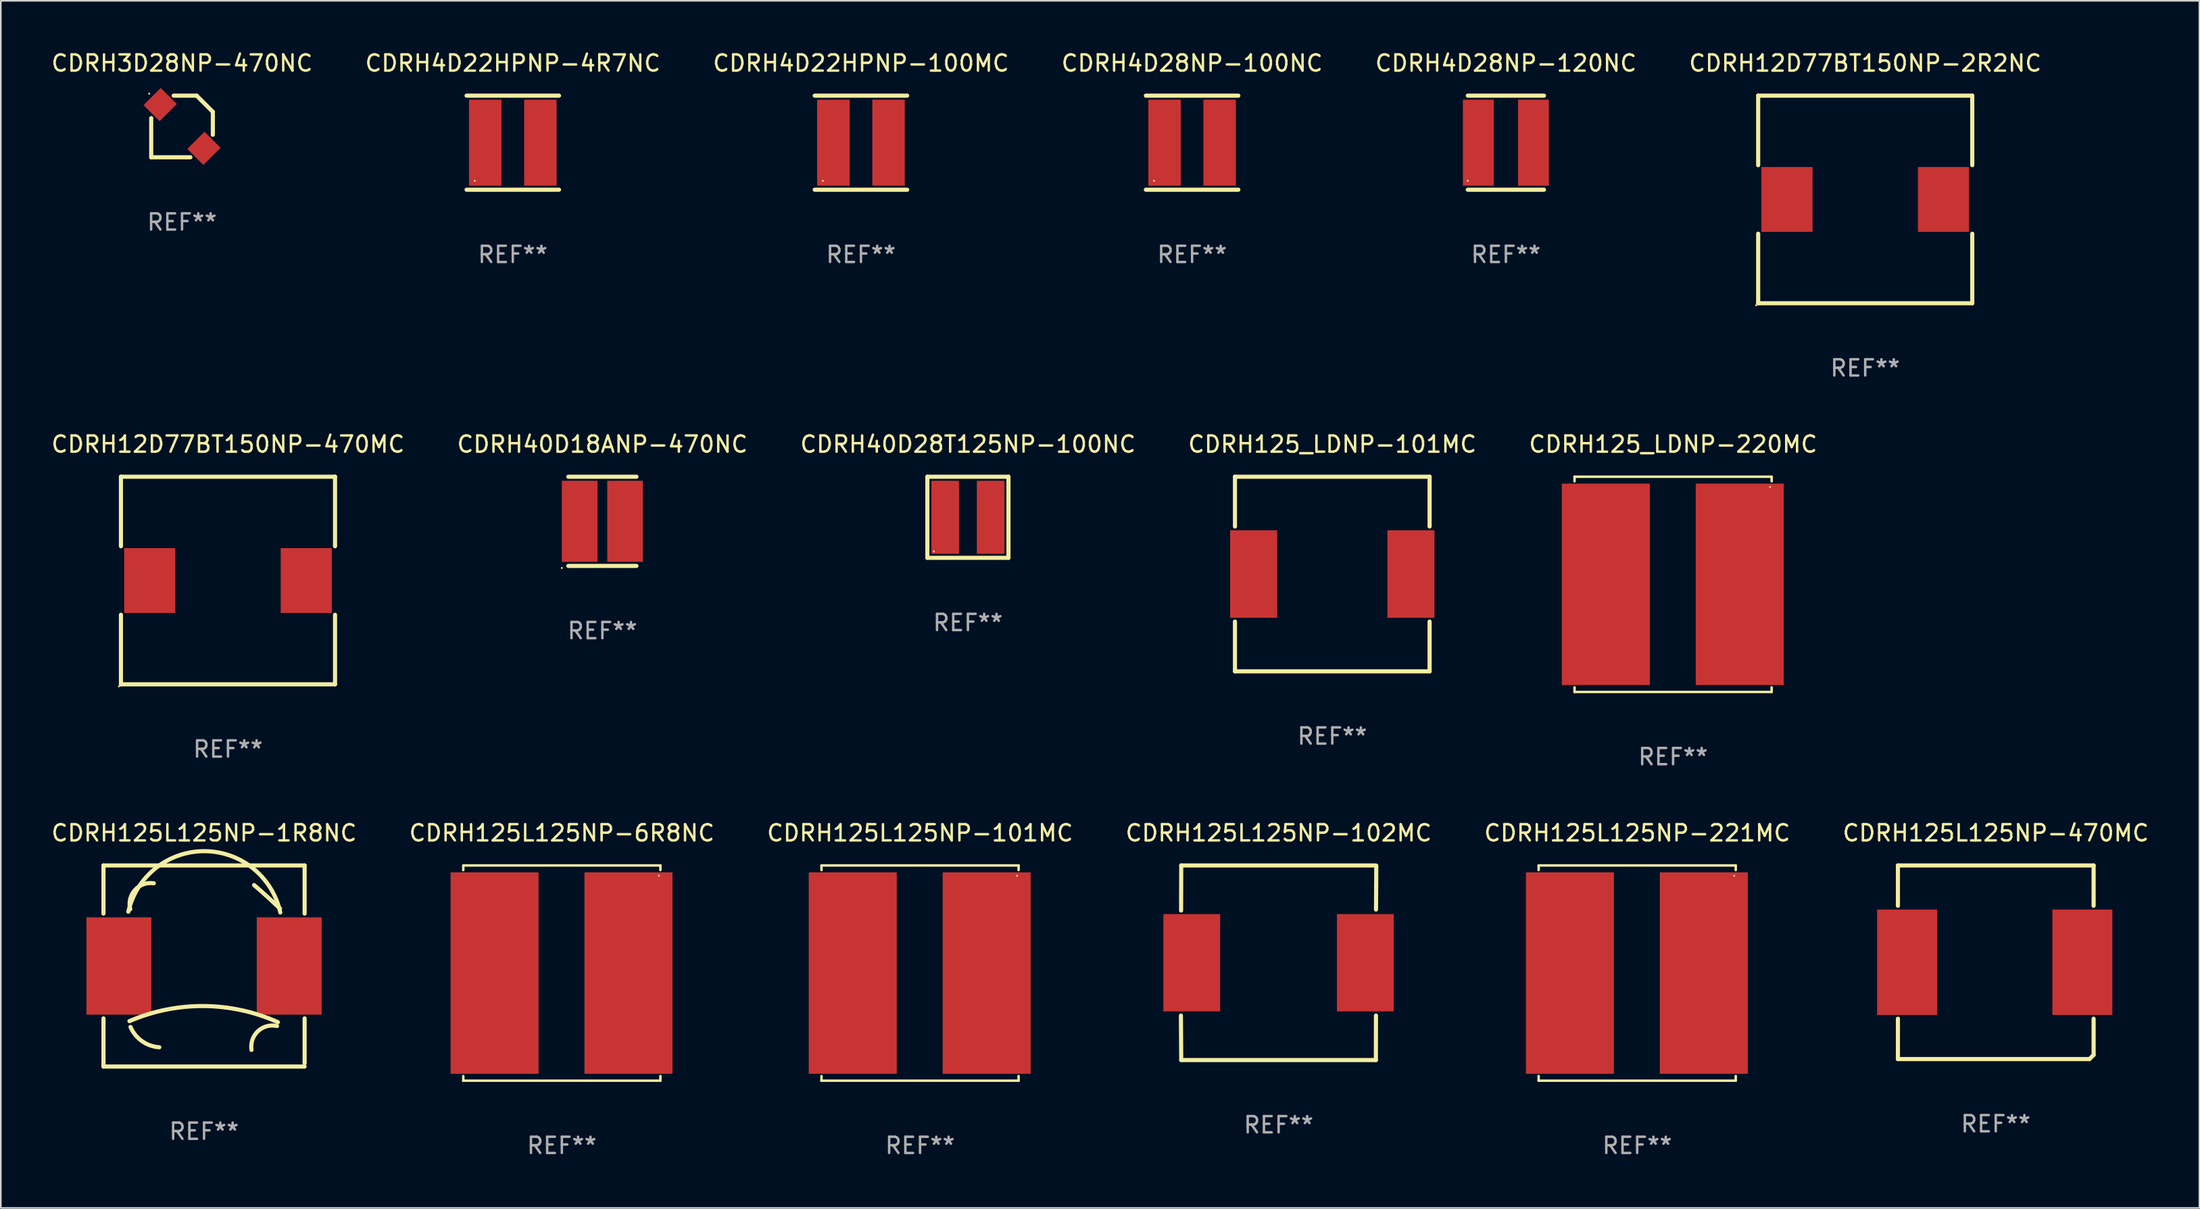
<source format=kicad_pcb>
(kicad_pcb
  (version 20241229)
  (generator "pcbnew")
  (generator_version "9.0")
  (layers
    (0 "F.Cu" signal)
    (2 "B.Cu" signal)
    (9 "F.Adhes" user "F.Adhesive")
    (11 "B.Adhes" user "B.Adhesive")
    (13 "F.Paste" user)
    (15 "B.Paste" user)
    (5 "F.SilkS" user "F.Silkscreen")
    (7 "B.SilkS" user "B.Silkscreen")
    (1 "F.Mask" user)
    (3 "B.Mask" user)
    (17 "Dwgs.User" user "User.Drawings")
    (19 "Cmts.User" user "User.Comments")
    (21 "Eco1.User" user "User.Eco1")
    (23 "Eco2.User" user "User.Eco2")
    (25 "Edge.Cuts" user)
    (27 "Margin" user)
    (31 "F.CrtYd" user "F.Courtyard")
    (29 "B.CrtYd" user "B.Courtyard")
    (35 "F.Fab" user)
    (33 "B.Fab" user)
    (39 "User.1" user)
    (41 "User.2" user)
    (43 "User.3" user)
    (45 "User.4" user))
  (footprint "CDRH40D18ANP-470NC"
    (layer "F.Cu")
    (at 34.089 29.095)
    (property "Reference" "CDRH40D18ANP-470NC" (at 0 -4.75 0) (layer "F.SilkS") (effects (font (size 1 1) (thickness 0.15))))
    (attr through_hole)
    (fp_line (start -2.1 -2.75) (end 2.1 -2.75) (stroke (width 0.254) (type solid)) (layer "F.SilkS"))
    (fp_line (start -2.1 2.75) (end 2.1 2.75) (stroke (width 0.254) (type solid)) (layer "F.SilkS"))
    (fp_circle (center -2.5 2.877) (end -2.47 2.877) (stroke (width 0.06) (type solid)) (fill no) (layer "F.SilkS"))
    (fp_text user "REF**" (at 0 6.75 0) (layer "F.Fab") (effects (font (size 1 1) (thickness 0.15))))
    (pad "1" smd rect (at -1.4 0 90) (size 5 2.2) (layers "F.Cu" "F.Mask" "F.Paste"))
    (pad "2" smd rect (at 1.4 0 90) (size 5 2.2) (layers "F.Cu" "F.Mask" "F.Paste")))
  (footprint "CDRH4D22HPNP-4R7NC"
    (layer "F.Cu")
    (at 28.565 5.748)
    (property "Reference" "CDRH4D22HPNP-4R7NC" (at 0 -4.9 0) (layer "F.SilkS") (effects (font (size 1 1) (thickness 0.15))))
    (attr through_hole)
    (fp_line (start -2.85 -2.9) (end 2.85 -2.9) (stroke (width 0.254) (type solid)) (layer "F.SilkS"))
    (fp_line (start -2.85 2.9) (end 2.85 2.9) (stroke (width 0.254) (type solid)) (layer "F.SilkS"))
    (fp_circle (center -2.35 2.35) (end -2.32 2.35) (stroke (width 0.06) (type solid)) (fill no) (layer "F.SilkS"))
    (fp_text user "REF**" (at 0 6.9 0) (layer "F.Fab") (effects (font (size 1 1) (thickness 0.15))))
    (pad "1" smd rect (at -1.7 0) (size 2 5.3) (layers "F.Cu" "F.Mask" "F.Paste"))
    (pad "2" smd rect (at 1.7 0) (size 2 5.3) (layers "F.Cu" "F.Mask" "F.Paste")))
  (footprint "CDRH125L125NP-6R8NC"
    (layer "F.Cu")
    (at 31.589 56.95)
    (property "Reference" "CDRH125L125NP-6R8NC" (at 0 -8.636 0) (layer "F.SilkS") (effects (font (size 1 1) (thickness 0.15))))
    (attr through_hole)
    (fp_line (start -6.076 -6.636) (end -6.076 -6.35) (stroke (width 0.152) (type solid)) (layer "F.SilkS"))
    (fp_line (start -6.076 6.636) (end -6.076 6.35) (stroke (width 0.152) (type solid)) (layer "F.SilkS"))
    (fp_line (start 6.076 -6.636) (end -6.076 -6.636) (stroke (width 0.152) (type solid)) (layer "F.SilkS"))
    (fp_line (start 6.076 -6.35) (end 6.076 -6.636) (stroke (width 0.152) (type solid)) (layer "F.SilkS"))
    (fp_line (start 6.076 6.35) (end 6.076 6.636) (stroke (width 0.152) (type solid)) (layer "F.SilkS"))
    (fp_line (start 6.076 6.636) (end -6.076 6.636) (stroke (width 0.152) (type solid)) (layer "F.SilkS"))
    (fp_circle (center 5.98 -6) (end 6.01 -6) (stroke (width 0.06) (type solid)) (fill no) (layer "F.SilkS"))
    (fp_text user "REF**" (at 0 10.636 0) (layer "F.Fab") (effects (font (size 1 1) (thickness 0.15))))
    (pad "1" smd rect (at 4.108 0) (size 5.424 12.42) (layers "F.Cu" "F.Mask" "F.Paste"))
    (pad "2" smd rect (at -4.148 0) (size 5.424 12.42) (layers "F.Cu" "F.Mask" "F.Paste")))
  (footprint "CDRH125L125NP-470MC"
    (layer "F.Cu")
    (at 119.994 56.283)
    (property "Reference" "CDRH125L125NP-470MC" (at 0 -7.969 0) (layer "F.SilkS") (effects (font (size 1 1) (thickness 0.15))))
    (attr through_hole)
    (fp_line (start -6.033 -5.969) (end 6.033 -5.969) (stroke (width 0.254) (type solid)) (layer "F.SilkS"))
    (fp_line (start -6.033 -3.481) (end -6.033 -5.969) (stroke (width 0.254) (type solid)) (layer "F.SilkS"))
    (fp_line (start -6.033 5.969) (end -6.033 3.481) (stroke (width 0.254) (type solid)) (layer "F.SilkS"))
    (fp_line (start 5.779 5.969) (end -6.033 5.969) (stroke (width 0.254) (type solid)) (layer "F.SilkS"))
    (fp_line (start 6.033 -5.969) (end 6.033 -3.481) (stroke (width 0.254) (type solid)) (layer "F.SilkS"))
    (fp_line (start 6.033 3.481) (end 6.033 5.715) (stroke (width 0.254) (type solid)) (layer "F.SilkS"))
    (fp_line (start 6.033 5.715) (end 5.779 5.969) (stroke (width 0.254) (type solid)) (layer "F.SilkS"))
    (fp_circle (center 5.936 -6) (end 5.966 -6) (stroke (width 0.06) (type solid)) (fill no) (layer "F.SilkS"))
    (fp_text user "REF**" (at 0 9.969 0) (layer "F.Fab") (effects (font (size 1 1) (thickness 0.15))))
    (pad "1" smd rect (at 5.337 0) (size 3.7 6.5) (layers "F.Cu" "F.Mask" "F.Paste"))
    (pad "2" smd rect (at -5.464 0) (size 3.7 6.5) (layers "F.Cu" "F.Mask" "F.Paste")))
  (footprint "CDRH125L125NP-221MC"
    (layer "F.Cu")
    (at 97.887 56.95)
    (property "Reference" "CDRH125L125NP-221MC" (at 0 -8.636 0) (layer "F.SilkS") (effects (font (size 1 1) (thickness 0.15))))
    (attr through_hole)
    (fp_line (start -6.076 -6.636) (end -6.076 -6.35) (stroke (width 0.152) (type solid)) (layer "F.SilkS"))
    (fp_line (start -6.076 6.636) (end -6.076 6.35) (stroke (width 0.152) (type solid)) (layer "F.SilkS"))
    (fp_line (start 6.076 -6.636) (end -6.076 -6.636) (stroke (width 0.152) (type solid)) (layer "F.SilkS"))
    (fp_line (start 6.076 -6.35) (end 6.076 -6.636) (stroke (width 0.152) (type solid)) (layer "F.SilkS"))
    (fp_line (start 6.076 6.35) (end 6.076 6.636) (stroke (width 0.152) (type solid)) (layer "F.SilkS"))
    (fp_line (start 6.076 6.636) (end -6.076 6.636) (stroke (width 0.152) (type solid)) (layer "F.SilkS"))
    (fp_circle (center 5.98 -6) (end 6.01 -6) (stroke (width 0.06) (type solid)) (fill no) (layer "F.SilkS"))
    (fp_text user "REF**" (at 0 10.636 0) (layer "F.Fab") (effects (font (size 1 1) (thickness 0.15))))
    (pad "1" smd rect (at 4.108 0) (size 5.424 12.42) (layers "F.Cu" "F.Mask" "F.Paste"))
    (pad "2" smd rect (at -4.148 0) (size 5.424 12.42) (layers "F.Cu" "F.Mask" "F.Paste")))
  (footprint "CDRH4D22HPNP-100MC"
    (layer "F.Cu")
    (at 50.03 5.748)
    (property "Reference" "CDRH4D22HPNP-100MC" (at 0 -4.9 0) (layer "F.SilkS") (effects (font (size 1 1) (thickness 0.15))))
    (attr through_hole)
    (fp_line (start -2.85 -2.9) (end 2.85 -2.9) (stroke (width 0.254) (type solid)) (layer "F.SilkS"))
    (fp_line (start -2.85 2.9) (end 2.85 2.9) (stroke (width 0.254) (type solid)) (layer "F.SilkS"))
    (fp_circle (center -2.35 2.35) (end -2.32 2.35) (stroke (width 0.06) (type solid)) (fill no) (layer "F.SilkS"))
    (fp_text user "REF**" (at 0 6.9 0) (layer "F.Fab") (effects (font (size 1 1) (thickness 0.15))))
    (pad "1" smd rect (at -1.7 0) (size 2 5.3) (layers "F.Cu" "F.Mask" "F.Paste"))
    (pad "2" smd rect (at 1.7 0) (size 2 5.3) (layers "F.Cu" "F.Mask" "F.Paste")))
  (footprint "CDRH125L125NP-101MC"
    (layer "F.Cu")
    (at 53.673 56.95)
    (property "Reference" "CDRH125L125NP-101MC" (at 0 -8.636 0) (layer "F.SilkS") (effects (font (size 1 1) (thickness 0.15))))
    (attr through_hole)
    (fp_line (start -6.076 -6.636) (end -6.076 -6.35) (stroke (width 0.152) (type solid)) (layer "F.SilkS"))
    (fp_line (start -6.076 6.636) (end -6.076 6.35) (stroke (width 0.152) (type solid)) (layer "F.SilkS"))
    (fp_line (start 6.076 -6.636) (end -6.076 -6.636) (stroke (width 0.152) (type solid)) (layer "F.SilkS"))
    (fp_line (start 6.076 -6.35) (end 6.076 -6.636) (stroke (width 0.152) (type solid)) (layer "F.SilkS"))
    (fp_line (start 6.076 6.35) (end 6.076 6.636) (stroke (width 0.152) (type solid)) (layer "F.SilkS"))
    (fp_line (start 6.076 6.636) (end -6.076 6.636) (stroke (width 0.152) (type solid)) (layer "F.SilkS"))
    (fp_circle (center 5.98 -6) (end 6.01 -6) (stroke (width 0.06) (type solid)) (fill no) (layer "F.SilkS"))
    (fp_text user "REF**" (at 0 10.636 0) (layer "F.Fab") (effects (font (size 1 1) (thickness 0.15))))
    (pad "1" smd rect (at 4.108 0) (size 5.424 12.42) (layers "F.Cu" "F.Mask" "F.Paste"))
    (pad "2" smd rect (at -4.148 0) (size 5.424 12.42) (layers "F.Cu" "F.Mask" "F.Paste")))
  (footprint "CDRH125_LDNP-101MC"
    (layer "F.Cu")
    (at 79.089 32.345)
    (property "Reference" "CDRH125_LDNP-101MC" (at 0 -8 0) (layer "F.SilkS") (effects (font (size 1 1) (thickness 0.15))))
    (attr through_hole)
    (fp_line (start -6 -6) (end -6 -2.931) (stroke (width 0.254) (type solid)) (layer "F.SilkS"))
    (fp_line (start -6 2.931) (end -6 6) (stroke (width 0.254) (type solid)) (layer "F.SilkS"))
    (fp_line (start -6 6) (end 6 6) (stroke (width 0.254) (type solid)) (layer "F.SilkS"))
    (fp_line (start 6 -6) (end -6 -6) (stroke (width 0.254) (type solid)) (layer "F.SilkS"))
    (fp_line (start 6 -6) (end 6 -2.931) (stroke (width 0.254) (type solid)) (layer "F.SilkS"))
    (fp_line (start 6 2.931) (end 6 6) (stroke (width 0.254) (type solid)) (layer "F.SilkS"))
    (fp_circle (center -6 6) (end -5.97 6) (stroke (width 0.06) (type solid)) (fill no) (layer "F.SilkS"))
    (fp_text user "REF**" (at 0 10 0) (layer "F.Fab") (effects (font (size 1 1) (thickness 0.15))))
    (pad "1" smd rect (at -4.85 0) (size 2.9 5.4) (layers "F.Cu" "F.Mask" "F.Paste"))
    (pad "2" smd rect (at 4.85 0) (size 2.9 5.4) (layers "F.Cu" "F.Mask" "F.Paste")))
  (footprint "CDRH125L125NP-102MC"
    (layer "F.Cu")
    (at 75.78 56.314)
    (property "Reference" "CDRH125L125NP-102MC" (at 0 -8 0) (layer "F.SilkS") (effects (font (size 1 1) (thickness 0.15))))
    (attr through_hole)
    (fp_line (start -6.012 -3.22) (end -6.004 -6) (stroke (width 0.254) (type solid)) (layer "F.SilkS"))
    (fp_line (start -6.004 -6) (end 5.996 -6) (stroke (width 0.254) (type solid)) (layer "F.SilkS"))
    (fp_line (start -6.004 6) (end -6.023 3.258) (stroke (width 0.254) (type solid)) (layer "F.SilkS"))
    (fp_line (start -6.004 6) (end 5.996 6) (stroke (width 0.254) (type solid)) (layer "F.SilkS"))
    (fp_line (start 5.996 6) (end 6.003 3.258) (stroke (width 0.254) (type solid)) (layer "F.SilkS"))
    (fp_line (start 6.005 -3.282) (end 6.023 -5.98) (stroke (width 0.254) (type solid)) (layer "F.SilkS"))
    (fp_circle (center -6.004 6) (end -5.974 6) (stroke (width 0.06) (type solid)) (fill no) (layer "F.SilkS"))
    (fp_text user "REF**" (at 0 10 0) (layer "F.Fab") (effects (font (size 1 1) (thickness 0.15))))
    (pad "1" smd rect (at -5.354 0) (size 3.5 6) (layers "F.Cu" "F.Mask" "F.Paste"))
    (pad "2" smd rect (at 5.346 0) (size 3.5 6) (layers "F.Cu" "F.Mask" "F.Paste")))
  (footprint "CDRH3D28NP-470NC"
    (layer "F.Cu")
    (at 8.173 4.748)
    (property "Reference" "CDRH3D28NP-470NC" (at 0 -3.9 0) (layer "F.SilkS") (effects (font (size 1 1) (thickness 0.15))))
    (attr through_hole)
    (fp_line (start -1.9 1.9) (end -1.9 -0.514) (stroke (width 0.254) (type solid)) (layer "F.SilkS"))
    (fp_line (start 0.514 1.9) (end -1.9 1.9) (stroke (width 0.254) (type solid)) (layer "F.SilkS"))
    (fp_line (start 0.9 -1.9) (end -0.513 -1.9) (stroke (width 0.254) (type solid)) (layer "F.SilkS"))
    (fp_line (start 0.9 -1.9) (end 1.9 -0.9) (stroke (width 0.254) (type solid)) (layer "F.SilkS"))
    (fp_line (start 1.9 -0.9) (end 1.9 0.513) (stroke (width 0.254) (type solid)) (layer "F.SilkS"))
    (fp_circle (center -2.022 -2.022) (end -1.992 -2.022) (stroke (width 0.06) (type solid)) (fill no) (layer "F.SilkS"))
    (fp_text user "REF**" (at 0 5.9 0) (layer "F.Fab") (effects (font (size 1 1) (thickness 0.15))))
    (pad "1" smd rect (at -1.35 -1.35 45) (size 1.5 1.4) (layers "F.Cu" "F.Mask" "F.Paste"))
    (pad "2" smd rect (at 1.35 1.35 45) (size 1.5 1.4) (layers "F.Cu" "F.Mask" "F.Paste")))
  (footprint "CDRH125L125NP-1R8NC"
    (layer "F.Cu")
    (at 9.53 56.514)
    (property "Reference" "CDRH125L125NP-1R8NC" (at 0 -8.2 0) (layer "F.SilkS") (effects (font (size 1 1) (thickness 0.15))))
    (attr through_hole)
    (fp_line (start -6.2 -6.2) (end -6.2 -3.231) (stroke (width 0.254) (type solid)) (layer "F.SilkS"))
    (fp_line (start -6.2 -6.2) (end 6.2 -6.2) (stroke (width 0.254) (type solid)) (layer "F.SilkS"))
    (fp_line (start -6.2 3.231) (end -6.2 6.2) (stroke (width 0.254) (type solid)) (layer "F.SilkS"))
    (fp_line (start -6.2 6.2) (end 6.2 6.2) (stroke (width 0.254) (type solid)) (layer "F.SilkS"))
    (fp_line (start 6.2 -6.2) (end 6.2 -3.231) (stroke (width 0.254) (type solid)) (layer "F.SilkS"))
    (fp_line (start 6.2 3.231) (end 6.2 6) (stroke (width 0.254) (type solid)) (layer "F.SilkS"))
    (fp_arc (start -4.666268 -3.347523) (mid 0.035925 -7.080035) (end 4.7 -3.3) (stroke (width 0.254001) (type solid)) (layer "F.SilkS"))
    (fp_arc (start -4.6 3.4) (mid -0.017181 2.469621) (end 4.552248 3.463678) (stroke (width 0.254001) (type solid)) (layer "F.SilkS"))
    (fp_arc (start -4.54986 -3.504115) (mid -4.254361 -4.692196) (end -3.1 -5.099999) (stroke (width 0.254001) (type solid)) (layer "F.SilkS"))
    (fp_arc (start -2.758293 5.011176) (mid -3.822943 4.635946) (end -4.534316 3.759462) (stroke (width 0.254001) (type solid)) (layer "F.SilkS"))
    (fp_arc (start 2.927153 5.17587) (mid 3.321583 4.020185) (end 4.5 3.7) (stroke (width 0.254001) (type solid)) (layer "F.SilkS"))
    (fp_arc (start 3.08763 -4.988189) (mid 3.895745 -4.274456) (end 4.683515 -3.538329) (stroke (width 0.254001) (type solid)) (layer "F.SilkS"))
    (fp_circle (center -6.15 6.15) (end -6.12 6.15) (stroke (width 0.06) (type solid)) (fill no) (layer "F.SilkS"))
    (fp_text user "REF**" (at 0 10.2 0) (layer "F.Fab") (effects (font (size 1 1) (thickness 0.15))))
    (pad "1" smd rect (at -5.25 0) (size 4 6) (layers "F.Cu" "F.Mask" "F.Paste"))
    (pad "2" smd rect (at 5.25 0) (size 4 6) (layers "F.Cu" "F.Mask" "F.Paste")))
  (footprint "CDRH12D77BT150NP-470MC"
    (layer "F.Cu")
    (at 11.006 32.745)
    (property "Reference" "CDRH12D77BT150NP-470MC" (at 0 -8.4 0) (layer "F.SilkS") (effects (font (size 1 1) (thickness 0.15))))
    (attr through_hole)
    (fp_line (start -6.6 -6.4) (end 6.6 -6.4) (stroke (width 0.254) (type solid)) (layer "F.SilkS"))
    (fp_line (start -6.6 -2.113) (end -6.6 -6.4) (stroke (width 0.254) (type solid)) (layer "F.SilkS"))
    (fp_line (start -6.6 6.4) (end -6.6 2.113) (stroke (width 0.254) (type solid)) (layer "F.SilkS"))
    (fp_line (start 6.6 -6.4) (end 6.6 -2.113) (stroke (width 0.254) (type solid)) (layer "F.SilkS"))
    (fp_line (start 6.6 2.113) (end 6.6 6.4) (stroke (width 0.254) (type solid)) (layer "F.SilkS"))
    (fp_line (start 6.6 6.4) (end -6.6 6.4) (stroke (width 0.254) (type solid)) (layer "F.SilkS"))
    (fp_circle (center -6.727 6.527) (end -6.697 6.527) (stroke (width 0.06) (type solid)) (fill no) (layer "F.SilkS"))
    (fp_text user "REF**" (at 0 10.4 0) (layer "F.Fab") (effects (font (size 1 1) (thickness 0.15))))
    (pad "1" smd rect (at -4.825 0) (size 3.15 4) (layers "F.Cu" "F.Mask" "F.Paste"))
    (pad "2" smd rect (at 4.825 0) (size 3.15 4) (layers "F.Cu" "F.Mask" "F.Paste")))
  (footprint "CDRH4D28NP-100NC"
    (layer "F.Cu")
    (at 70.446 5.748)
    (property "Reference" "CDRH4D28NP-100NC" (at 0 -4.9 0) (layer "F.SilkS") (effects (font (size 1 1) (thickness 0.15))))
    (attr through_hole)
    (fp_line (start -2.85 -2.9) (end 2.85 -2.9) (stroke (width 0.254) (type solid)) (layer "F.SilkS"))
    (fp_line (start -2.85 2.9) (end 2.85 2.9) (stroke (width 0.254) (type solid)) (layer "F.SilkS"))
    (fp_circle (center -2.35 2.35) (end -2.32 2.35) (stroke (width 0.06) (type solid)) (fill no) (layer "F.SilkS"))
    (fp_text user "REF**" (at 0 6.9 0) (layer "F.Fab") (effects (font (size 1 1) (thickness 0.15))))
    (pad "1" smd rect (at -1.7 0) (size 2 5.3) (layers "F.Cu" "F.Mask" "F.Paste"))
    (pad "2" smd rect (at 1.7 0) (size 2 5.3) (layers "F.Cu" "F.Mask" "F.Paste")))
  (footprint "CDRH40D28T125NP-100NC"
    (layer "F.Cu")
    (at 56.625 28.845)
    (property "Reference" "CDRH40D28T125NP-100NC" (at 0 -4.5 0) (layer "F.SilkS") (effects (font (size 1 1) (thickness 0.15))))
    (attr through_hole)
    (fp_line (start -2.5 -2.5) (end 2.5 -2.5) (stroke (width 0.254) (type solid)) (layer "F.SilkS"))
    (fp_line (start -2.5 2.5) (end -2.5 -2.5) (stroke (width 0.254) (type solid)) (layer "F.SilkS"))
    (fp_line (start 2.5 -2.5) (end 2.5 2.5) (stroke (width 0.254) (type solid)) (layer "F.SilkS"))
    (fp_line (start 2.5 2.5) (end -2.5 2.5) (stroke (width 0.254) (type solid)) (layer "F.SilkS"))
    (fp_circle (center -2.1 2.1) (end -2.07 2.1) (stroke (width 0.06) (type solid)) (fill no) (layer "F.SilkS"))
    (fp_text user "REF**" (at 0 6.5 0) (layer "F.Fab") (effects (font (size 1 1) (thickness 0.15))))
    (pad "1" smd rect (at -1.4 0 90) (size 4.5 1.7) (layers "F.Cu" "F.Mask" "F.Paste"))
    (pad "2" smd rect (at 1.4 0 90) (size 4.5 1.7) (layers "F.Cu" "F.Mask" "F.Paste")))
  (footprint "CDRH4D28NP-120NC"
    (layer "F.Cu")
    (at 89.792 5.748)
    (property "Reference" "CDRH4D28NP-120NC" (at 0 -4.9 0) (layer "F.SilkS") (effects (font (size 1 1) (thickness 0.15))))
    (attr through_hole)
    (fp_line (start -2.35 -2.9) (end 2.35 -2.9) (stroke (width 0.254) (type solid)) (layer "F.SilkS"))
    (fp_line (start -2.35 2.9) (end 2.35 2.9) (stroke (width 0.254) (type solid)) (layer "F.SilkS"))
    (fp_circle (center -2.35 2.35) (end -2.32 2.35) (stroke (width 0.06) (type solid)) (fill no) (layer "F.SilkS"))
    (fp_text user "REF**" (at 0 6.9 0) (layer "F.Fab") (effects (font (size 1 1) (thickness 0.15))))
    (pad "1" smd rect (at -1.7 0) (size 1.9 5.3) (layers "F.Cu" "F.Mask" "F.Paste"))
    (pad "2" smd rect (at 1.7 0) (size 1.9 5.3) (layers "F.Cu" "F.Mask" "F.Paste")))
  (footprint "CDRH12D77BT150NP-2R2NC"
    (layer "F.Cu")
    (at 111.946 9.248)
    (property "Reference" "CDRH12D77BT150NP-2R2NC" (at 0 -8.4 0) (layer "F.SilkS") (effects (font (size 1 1) (thickness 0.15))))
    (attr through_hole)
    (fp_line (start -6.6 -6.4) (end 6.6 -6.4) (stroke (width 0.254) (type solid)) (layer "F.SilkS"))
    (fp_line (start -6.6 -2.113) (end -6.6 -6.4) (stroke (width 0.254) (type solid)) (layer "F.SilkS"))
    (fp_line (start -6.6 6.4) (end -6.6 2.113) (stroke (width 0.254) (type solid)) (layer "F.SilkS"))
    (fp_line (start 6.6 -6.4) (end 6.6 -2.113) (stroke (width 0.254) (type solid)) (layer "F.SilkS"))
    (fp_line (start 6.6 2.113) (end 6.6 6.4) (stroke (width 0.254) (type solid)) (layer "F.SilkS"))
    (fp_line (start 6.6 6.4) (end -6.6 6.4) (stroke (width 0.254) (type solid)) (layer "F.SilkS"))
    (fp_circle (center -6.727 6.527) (end -6.697 6.527) (stroke (width 0.06) (type solid)) (fill no) (layer "F.SilkS"))
    (fp_text user "REF**" (at 0 10.4 0) (layer "F.Fab") (effects (font (size 1 1) (thickness 0.15))))
    (pad "1" smd rect (at -4.825 0) (size 3.15 4) (layers "F.Cu" "F.Mask" "F.Paste"))
    (pad "2" smd rect (at 4.825 0) (size 3.15 4) (layers "F.Cu" "F.Mask" "F.Paste")))
  (footprint "CDRH125_LDNP-220MC"
    (layer "F.Cu")
    (at 100.101 32.981)
    (property "Reference" "CDRH125_LDNP-220MC" (at 0 -8.636 0) (layer "F.SilkS") (effects (font (size 1 1) (thickness 0.15))))
    (attr through_hole)
    (fp_line (start -6.076 -6.636) (end -6.076 -6.35) (stroke (width 0.152) (type solid)) (layer "F.SilkS"))
    (fp_line (start -6.076 6.636) (end -6.076 6.35) (stroke (width 0.152) (type solid)) (layer "F.SilkS"))
    (fp_line (start 6.076 -6.636) (end -6.076 -6.636) (stroke (width 0.152) (type solid)) (layer "F.SilkS"))
    (fp_line (start 6.076 -6.35) (end 6.076 -6.636) (stroke (width 0.152) (type solid)) (layer "F.SilkS"))
    (fp_line (start 6.076 6.35) (end 6.076 6.636) (stroke (width 0.152) (type solid)) (layer "F.SilkS"))
    (fp_line (start 6.076 6.636) (end -6.076 6.636) (stroke (width 0.152) (type solid)) (layer "F.SilkS"))
    (fp_circle (center 5.98 -6) (end 6.01 -6) (stroke (width 0.06) (type solid)) (fill no) (layer "F.SilkS"))
    (fp_text user "REF**" (at 0 10.636 0) (layer "F.Fab") (effects (font (size 1 1) (thickness 0.15))))
    (pad "1" smd rect (at 4.108 0) (size 5.424 12.42) (layers "F.Cu" "F.Mask" "F.Paste"))
    (pad "2" smd rect (at -4.148 0) (size 5.424 12.42) (layers "F.Cu" "F.Mask" "F.Paste")))
  (gr_rect
    (start -3 -3)
    (end 132.548 71.434)
    (stroke (width 0.1) (type default))
    (fill no)
    (layer "Edge.Cuts")))
</source>
